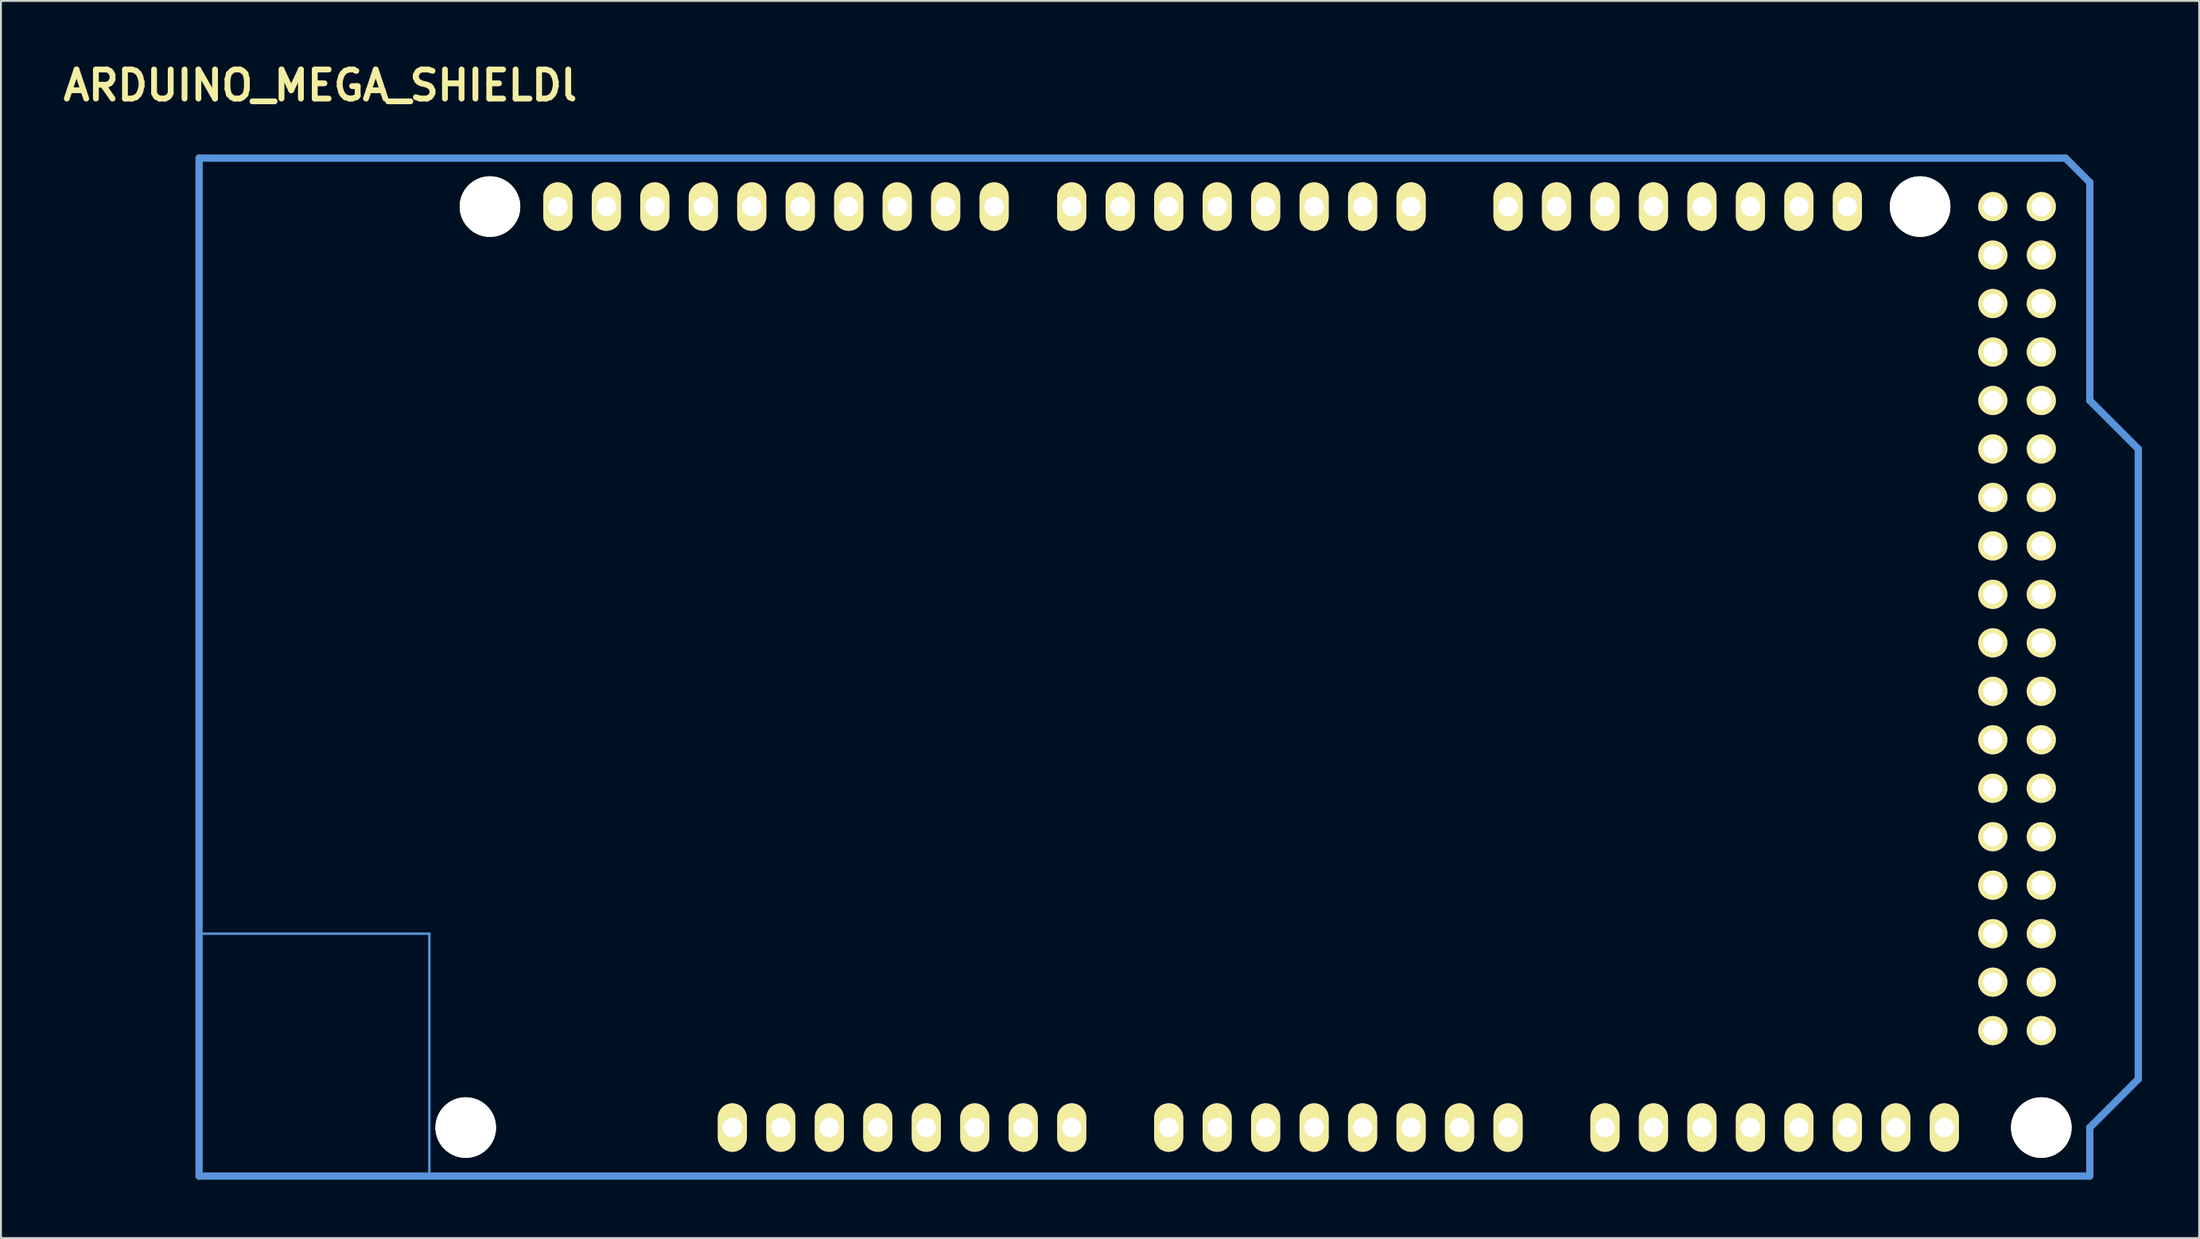
<source format=kicad_pcb>
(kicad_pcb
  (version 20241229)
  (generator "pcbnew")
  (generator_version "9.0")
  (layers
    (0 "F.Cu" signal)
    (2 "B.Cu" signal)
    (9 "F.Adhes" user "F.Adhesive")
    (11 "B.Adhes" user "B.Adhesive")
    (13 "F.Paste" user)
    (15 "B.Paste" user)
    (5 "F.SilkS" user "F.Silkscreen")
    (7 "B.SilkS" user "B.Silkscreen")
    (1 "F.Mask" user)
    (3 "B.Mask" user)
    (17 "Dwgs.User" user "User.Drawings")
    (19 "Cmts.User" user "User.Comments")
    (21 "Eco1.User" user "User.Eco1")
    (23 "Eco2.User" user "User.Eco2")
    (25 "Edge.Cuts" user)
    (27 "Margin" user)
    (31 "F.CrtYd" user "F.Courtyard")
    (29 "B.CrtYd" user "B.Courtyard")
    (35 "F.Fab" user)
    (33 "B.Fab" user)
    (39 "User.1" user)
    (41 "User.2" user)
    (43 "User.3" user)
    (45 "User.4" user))
  (footprint "ARDUINO_MEGA_SHIELDl"
    (layer "F.Cu")
    (at 7.381 58.576)
    (property "Reference" "ARDUINO_MEGA_SHIELDl" (at 6.35 -57.15 0) (layer "F.SilkS") (effects (font (size 1.524 1.524) (thickness 0.305))))
    (attr through_hole)
    (fp_line (start 0 -12.7) (end 12.065 -12.7) (stroke (width 0.127) (type solid)) (layer "Cmts.User"))
    (fp_line (start 0 0) (end 0 -53.34) (stroke (width 0.381) (type solid)) (layer "Cmts.User"))
    (fp_line (start 12.065 -12.7) (end 12.065 0) (stroke (width 0.127) (type solid)) (layer "Cmts.User"))
    (fp_line (start 97.79 -53.34) (end 0 -53.34) (stroke (width 0.381) (type solid)) (layer "Cmts.User"))
    (fp_line (start 99.06 -52.07) (end 97.79 -53.34) (stroke (width 0.381) (type solid)) (layer "Cmts.User"))
    (fp_line (start 99.06 -40.64) (end 99.06 -52.07) (stroke (width 0.381) (type solid)) (layer "Cmts.User"))
    (fp_line (start 99.06 -40.64) (end 101.6 -38.1) (stroke (width 0.381) (type solid)) (layer "Cmts.User"))
    (fp_line (start 99.06 -2.54) (end 99.06 0) (stroke (width 0.381) (type solid)) (layer "Cmts.User"))
    (fp_line (start 99.06 0) (end 0 0) (stroke (width 0.381) (type solid)) (layer "Cmts.User"))
    (fp_line (start 101.6 -38.1) (end 101.6 -5.08) (stroke (width 0.381) (type solid)) (layer "Cmts.User"))
    (fp_line (start 101.6 -5.08) (end 99.06 -2.54) (stroke (width 0.381) (type solid)) (layer "Cmts.User"))
    (pad "" np_thru_hole circle (at 13.97 -2.54 90) (size 3.175 3.175) (drill 3.175) (layers "*.Cu" "*.Mask" "F.SilkS"))
    (pad "" np_thru_hole circle (at 15.24 -50.8 90) (size 3.175 3.175) (drill 3.175) (layers "*.Cu" "*.Mask" "F.SilkS"))
    (pad "" np_thru_hole circle (at 90.17 -50.8 90) (size 3.175 3.175) (drill 3.175) (layers "*.Cu" "*.Mask" "F.SilkS"))
    (pad "" np_thru_hole circle (at 96.52 -2.54 90) (size 3.175 3.175) (drill 3.175) (layers "*.Cu" "*.Mask" "F.SilkS"))
    (pad "0" thru_hole oval (at 63.5 -50.8 90) (size 2.54 1.524) (drill 1.016) (layers "*.Cu" "*.Mask" "F.SilkS"))
    (pad "1" thru_hole oval (at 60.96 -50.8 90) (size 2.54 1.524) (drill 1.016) (layers "*.Cu" "*.Mask" "F.SilkS"))
    (pad "2" thru_hole oval (at 58.42 -50.8 90) (size 2.54 1.524) (drill 1.016) (layers "*.Cu" "*.Mask" "F.SilkS"))
    (pad "3" thru_hole oval (at 55.88 -50.8 90) (size 2.54 1.524) (drill 1.016) (layers "*.Cu" "*.Mask" "F.SilkS"))
    (pad "3V3" thru_hole oval (at 35.56 -2.54 90) (size 2.54 1.524) (drill 1.016) (layers "*.Cu" "*.Mask" "F.SilkS"))
    (pad "4" thru_hole oval (at 53.34 -50.8 90) (size 2.54 1.524) (drill 1.016) (layers "*.Cu" "*.Mask" "F.SilkS"))
    (pad "5" thru_hole oval (at 50.8 -50.8 90) (size 2.54 1.524) (drill 1.016) (layers "*.Cu" "*.Mask" "F.SilkS"))
    (pad "5V" thru_hole oval (at 38.1 -2.54 90) (size 2.54 1.524) (drill 1.016) (layers "*.Cu" "*.Mask" "F.SilkS"))
    (pad "5V_4" thru_hole circle (at 93.98 -50.8) (size 1.524 1.524) (drill 1.016) (layers "*.Cu" "*.Mask" "F.SilkS"))
    (pad "5V_5" thru_hole circle (at 96.52 -50.8) (size 1.524 1.524) (drill 1.016) (layers "*.Cu" "*.Mask" "F.SilkS"))
    (pad "6" thru_hole oval (at 48.26 -50.8 90) (size 2.54 1.524) (drill 1.016) (layers "*.Cu" "*.Mask" "F.SilkS"))
    (pad "7" thru_hole oval (at 45.72 -50.8 90) (size 2.54 1.524) (drill 1.016) (layers "*.Cu" "*.Mask" "F.SilkS"))
    (pad "8" thru_hole oval (at 41.656 -50.8 90) (size 2.54 1.524) (drill 1.016) (layers "*.Cu" "*.Mask" "F.SilkS"))
    (pad "9" thru_hole oval (at 39.116 -50.8 90) (size 2.54 1.524) (drill 1.016) (layers "*.Cu" "*.Mask" "F.SilkS"))
    (pad "10" thru_hole oval (at 36.576 -50.8 90) (size 2.54 1.524) (drill 1.016) (layers "*.Cu" "*.Mask" "F.SilkS"))
    (pad "11" thru_hole oval (at 34.036 -50.8 90) (size 2.54 1.524) (drill 1.016) (layers "*.Cu" "*.Mask" "F.SilkS"))
    (pad "12" thru_hole oval (at 31.496 -50.8 90) (size 2.54 1.524) (drill 1.016) (layers "*.Cu" "*.Mask" "F.SilkS"))
    (pad "13" thru_hole oval (at 28.956 -50.8 90) (size 2.54 1.524) (drill 1.016) (layers "*.Cu" "*.Mask" "F.SilkS"))
    (pad "14" thru_hole oval (at 68.58 -50.8 90) (size 2.54 1.524) (drill 1.016) (layers "*.Cu" "*.Mask" "F.SilkS"))
    (pad "15" thru_hole oval (at 71.12 -50.8 90) (size 2.54 1.524) (drill 1.016) (layers "*.Cu" "*.Mask" "F.SilkS"))
    (pad "16" thru_hole oval (at 73.66 -50.8 90) (size 2.54 1.524) (drill 1.016) (layers "*.Cu" "*.Mask" "F.SilkS"))
    (pad "17" thru_hole oval (at 76.2 -50.8 90) (size 2.54 1.524) (drill 1.016) (layers "*.Cu" "*.Mask" "F.SilkS"))
    (pad "18" thru_hole oval (at 78.74 -50.8 90) (size 2.54 1.524) (drill 1.016) (layers "*.Cu" "*.Mask" "F.SilkS"))
    (pad "19" thru_hole oval (at 81.28 -50.8 90) (size 2.54 1.524) (drill 1.016) (layers "*.Cu" "*.Mask" "F.SilkS"))
    (pad "20" thru_hole oval (at 83.82 -50.8 90) (size 2.54 1.524) (drill 1.016) (layers "*.Cu" "*.Mask" "F.SilkS"))
    (pad "21" thru_hole oval (at 86.36 -50.8 90) (size 2.54 1.524) (drill 1.016) (layers "*.Cu" "*.Mask" "F.SilkS"))
    (pad "22" thru_hole circle (at 93.98 -48.26) (size 1.524 1.524) (drill 1.016) (layers "*.Cu" "*.Mask" "F.SilkS"))
    (pad "23" thru_hole circle (at 96.52 -48.26) (size 1.524 1.524) (drill 1.016) (layers "*.Cu" "*.Mask" "F.SilkS"))
    (pad "24" thru_hole circle (at 93.98 -45.72) (size 1.524 1.524) (drill 1.016) (layers "*.Cu" "*.Mask" "F.SilkS"))
    (pad "25" thru_hole circle (at 96.52 -45.72) (size 1.524 1.524) (drill 1.016) (layers "*.Cu" "*.Mask" "F.SilkS"))
    (pad "26" thru_hole circle (at 93.98 -43.18) (size 1.524 1.524) (drill 1.016) (layers "*.Cu" "*.Mask" "F.SilkS"))
    (pad "27" thru_hole circle (at 96.52 -43.18) (size 1.524 1.524) (drill 1.016) (layers "*.Cu" "*.Mask" "F.SilkS"))
    (pad "28" thru_hole circle (at 93.98 -40.64) (size 1.524 1.524) (drill 1.016) (layers "*.Cu" "*.Mask" "F.SilkS"))
    (pad "29" thru_hole circle (at 96.52 -40.64) (size 1.524 1.524) (drill 1.016) (layers "*.Cu" "*.Mask" "F.SilkS"))
    (pad "30" thru_hole circle (at 93.98 -38.1) (size 1.524 1.524) (drill 1.016) (layers "*.Cu" "*.Mask" "F.SilkS"))
    (pad "31" thru_hole circle (at 96.52 -38.1) (size 1.524 1.524) (drill 1.016) (layers "*.Cu" "*.Mask" "F.SilkS"))
    (pad "32" thru_hole circle (at 93.98 -35.56) (size 1.524 1.524) (drill 1.016) (layers "*.Cu" "*.Mask" "F.SilkS"))
    (pad "33" thru_hole circle (at 96.52 -35.56) (size 1.524 1.524) (drill 1.016) (layers "*.Cu" "*.Mask" "F.SilkS"))
    (pad "34" thru_hole circle (at 93.98 -33.02) (size 1.524 1.524) (drill 1.016) (layers "*.Cu" "*.Mask" "F.SilkS"))
    (pad "35" thru_hole circle (at 96.52 -33.02) (size 1.524 1.524) (drill 1.016) (layers "*.Cu" "*.Mask" "F.SilkS"))
    (pad "36" thru_hole circle (at 93.98 -30.48) (size 1.524 1.524) (drill 1.016) (layers "*.Cu" "*.Mask" "F.SilkS"))
    (pad "37" thru_hole circle (at 96.52 -30.48) (size 1.524 1.524) (drill 1.016) (layers "*.Cu" "*.Mask" "F.SilkS"))
    (pad "38" thru_hole circle (at 93.98 -27.94) (size 1.524 1.524) (drill 1.016) (layers "*.Cu" "*.Mask" "F.SilkS"))
    (pad "39" thru_hole circle (at 96.52 -27.94) (size 1.524 1.524) (drill 1.016) (layers "*.Cu" "*.Mask" "F.SilkS"))
    (pad "40" thru_hole circle (at 93.98 -25.4) (size 1.524 1.524) (drill 1.016) (layers "*.Cu" "*.Mask" "F.SilkS"))
    (pad "41" thru_hole circle (at 96.52 -25.4) (size 1.524 1.524) (drill 1.016) (layers "*.Cu" "*.Mask" "F.SilkS"))
    (pad "42" thru_hole circle (at 93.98 -22.86) (size 1.524 1.524) (drill 1.016) (layers "*.Cu" "*.Mask" "F.SilkS"))
    (pad "43" thru_hole circle (at 96.52 -22.86) (size 1.524 1.524) (drill 1.016) (layers "*.Cu" "*.Mask" "F.SilkS"))
    (pad "44" thru_hole circle (at 93.98 -20.32) (size 1.524 1.524) (drill 1.016) (layers "*.Cu" "*.Mask" "F.SilkS"))
    (pad "45" thru_hole circle (at 96.52 -20.32) (size 1.524 1.524) (drill 1.016) (layers "*.Cu" "*.Mask" "F.SilkS"))
    (pad "46" thru_hole circle (at 93.98 -17.78) (size 1.524 1.524) (drill 1.016) (layers "*.Cu" "*.Mask" "F.SilkS"))
    (pad "47" thru_hole circle (at 96.52 -17.78) (size 1.524 1.524) (drill 1.016) (layers "*.Cu" "*.Mask" "F.SilkS"))
    (pad "48" thru_hole circle (at 93.98 -15.24) (size 1.524 1.524) (drill 1.016) (layers "*.Cu" "*.Mask" "F.SilkS"))
    (pad "49" thru_hole circle (at 96.52 -15.24) (size 1.524 1.524) (drill 1.016) (layers "*.Cu" "*.Mask" "F.SilkS"))
    (pad "50" thru_hole circle (at 93.98 -12.7) (size 1.524 1.524) (drill 1.016) (layers "*.Cu" "*.Mask" "F.SilkS"))
    (pad "51" thru_hole circle (at 96.52 -12.7) (size 1.524 1.524) (drill 1.016) (layers "*.Cu" "*.Mask" "F.SilkS"))
    (pad "52" thru_hole circle (at 93.98 -10.16) (size 1.524 1.524) (drill 1.016) (layers "*.Cu" "*.Mask" "F.SilkS"))
    (pad "53" thru_hole circle (at 96.52 -10.16) (size 1.524 1.524) (drill 1.016) (layers "*.Cu" "*.Mask" "F.SilkS"))
    (pad "AD0" thru_hole oval (at 50.8 -2.54 90) (size 2.54 1.524) (drill 1.016) (layers "*.Cu" "*.Mask" "F.SilkS"))
    (pad "AD1" thru_hole oval (at 53.34 -2.54 90) (size 2.54 1.524) (drill 1.016) (layers "*.Cu" "*.Mask" "F.SilkS"))
    (pad "AD2" thru_hole oval (at 55.88 -2.54 90) (size 2.54 1.524) (drill 1.016) (layers "*.Cu" "*.Mask" "F.SilkS"))
    (pad "AD3" thru_hole oval (at 58.42 -2.54 90) (size 2.54 1.524) (drill 1.016) (layers "*.Cu" "*.Mask" "F.SilkS"))
    (pad "AD4" thru_hole oval (at 60.96 -2.54 90) (size 2.54 1.524) (drill 1.016) (layers "*.Cu" "*.Mask" "F.SilkS"))
    (pad "AD5" thru_hole oval (at 63.5 -2.54 90) (size 2.54 1.524) (drill 1.016) (layers "*.Cu" "*.Mask" "F.SilkS"))
    (pad "AD6" thru_hole oval (at 66.04 -2.54 90) (size 2.54 1.524) (drill 1.016) (layers "*.Cu" "*.Mask" "F.SilkS"))
    (pad "AD7" thru_hole oval (at 68.58 -2.54 90) (size 2.54 1.524) (drill 1.016) (layers "*.Cu" "*.Mask" "F.SilkS"))
    (pad "AD8" thru_hole oval (at 73.66 -2.54 90) (size 2.54 1.524) (drill 1.016) (layers "*.Cu" "*.Mask" "F.SilkS"))
    (pad "AD9" thru_hole oval (at 76.2 -2.54 90) (size 2.54 1.524) (drill 1.016) (layers "*.Cu" "*.Mask" "F.SilkS"))
    (pad "AD10" thru_hole oval (at 78.74 -2.54 90) (size 2.54 1.524) (drill 1.016) (layers "*.Cu" "*.Mask" "F.SilkS"))
    (pad "AD11" thru_hole oval (at 81.28 -2.54 90) (size 2.54 1.524) (drill 1.016) (layers "*.Cu" "*.Mask" "F.SilkS"))
    (pad "AD12" thru_hole oval (at 83.82 -2.54 90) (size 2.54 1.524) (drill 1.016) (layers "*.Cu" "*.Mask" "F.SilkS"))
    (pad "AD13" thru_hole oval (at 86.36 -2.54 90) (size 2.54 1.524) (drill 1.016) (layers "*.Cu" "*.Mask" "F.SilkS"))
    (pad "AD14" thru_hole oval (at 88.9 -2.54 90) (size 2.54 1.524) (drill 1.016) (layers "*.Cu" "*.Mask" "F.SilkS"))
    (pad "AD15" thru_hole oval (at 91.44 -2.54 90) (size 2.54 1.524) (drill 1.016) (layers "*.Cu" "*.Mask" "F.SilkS"))
    (pad "AREF" thru_hole oval (at 23.876 -50.8 90) (size 2.54 1.524) (drill 1.016) (layers "*.Cu" "*.Mask" "F.SilkS"))
    (pad "GND1" thru_hole oval (at 40.64 -2.54 90) (size 2.54 1.524) (drill 1.016) (layers "*.Cu" "*.Mask" "F.SilkS"))
    (pad "GND2" thru_hole oval (at 43.18 -2.54 90) (size 2.54 1.524) (drill 1.016) (layers "*.Cu" "*.Mask" "F.SilkS"))
    (pad "GND3" thru_hole oval (at 26.416 -50.8 90) (size 2.54 1.524) (drill 1.016) (layers "*.Cu" "*.Mask" "F.SilkS"))
    (pad "GND4" thru_hole circle (at 93.98 -7.62) (size 1.524 1.524) (drill 1.016) (layers "*.Cu" "*.Mask" "F.SilkS"))
    (pad "GND5" thru_hole circle (at 96.52 -7.62) (size 1.524 1.524) (drill 1.016) (layers "*.Cu" "*.Mask" "F.SilkS"))
    (pad "IO_R" thru_hole oval (at 30.48 -2.54 90) (size 2.54 1.524) (drill 1.016) (layers "*.Cu" "*.Mask" "F.SilkS"))
    (pad "NC" thru_hole oval (at 27.94 -2.54 90) (size 2.54 1.524) (drill 1.016) (layers "*.Cu" "*.Mask" "F.SilkS"))
    (pad "RST" thru_hole oval (at 33.02 -2.54 90) (size 2.54 1.524) (drill 1.016) (layers "*.Cu" "*.Mask" "F.SilkS"))
    (pad "SCL" thru_hole oval (at 18.796 -50.8 90) (size 2.54 1.524) (drill 1.016) (layers "*.Cu" "*.Mask" "F.SilkS"))
    (pad "SDA" thru_hole oval (at 21.336 -50.8 90) (size 2.54 1.524) (drill 1.016) (layers "*.Cu" "*.Mask" "F.SilkS"))
    (pad "V_IN" thru_hole oval (at 45.72 -2.54 90) (size 2.54 1.524) (drill 1.016) (layers "*.Cu" "*.Mask" "F.SilkS")))
  (gr_rect
    (start -3 -3)
    (end 112.171 61.826)
    (stroke (width 0.1) (type default))
    (fill no)
    (layer "Edge.Cuts")))
</source>
